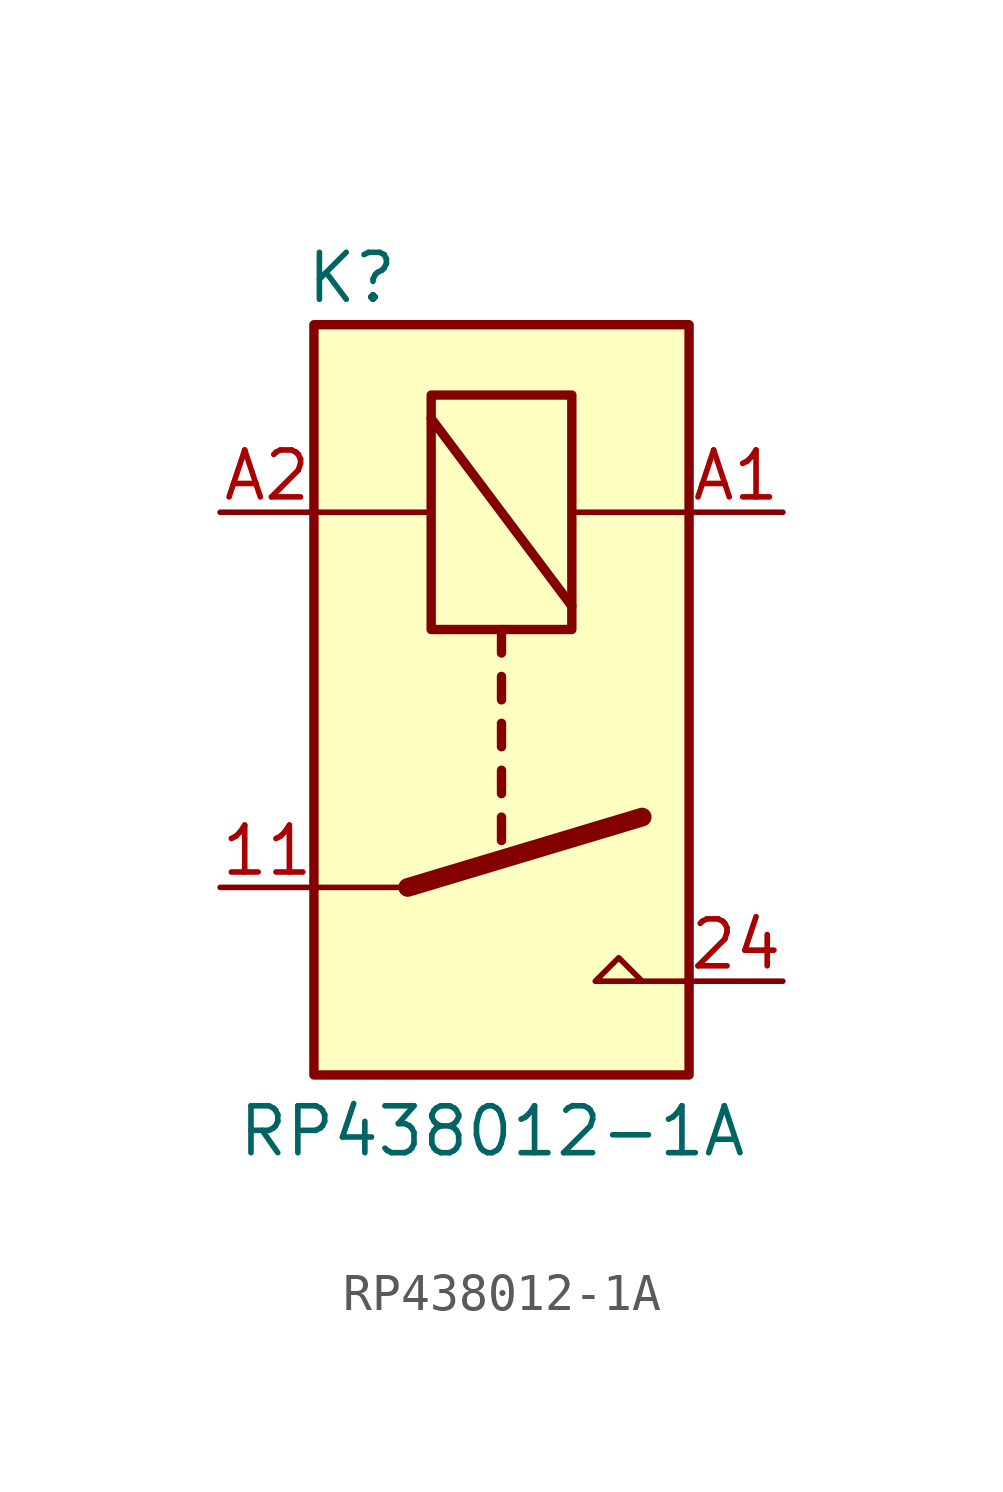
<source format=kicad_sym>
(kicad_symbol_lib
  (version 20241209)
  (generator "kicad_symbol_editor")
  (generator_version "9.0")
  (symbol "RP438012-1A"
    (property "Reference" "K"
      (at -5.334 11.43 0)
      (effects (font (size 1.27 1.27)) (justify left)))
    (property "Value" "RP438012-1A"
      (at -0.254 -11.684 0)
      (effects (font (size 1.27 1.27))))
    (symbol "RP438012-1A_0_0"
      (polyline (pts (xy 5.08 -7.62) (xy 2.54 -7.62) (xy 3.175 -6.985) (xy 3.81 -7.62)) (stroke (width 0) (type default)) (fill (type none))))
    (symbol "RP438012-1A_0_1"
      (polyline (pts (xy -5.08 5.08) (xy -1.905 5.08)) (stroke (width 0) (type default)) (fill (type none)))
      (polyline (pts (xy -2.54 -5.08) (xy -5.08 -5.08)) (stroke (width 0) (type default)) (fill (type none)))
      (polyline (pts (xy -2.54 -5.08) (xy 3.81 -3.175)) (stroke (width 0.508) (type default)) (fill (type none)))
      (polyline (pts (xy -1.905 7.62) (xy 1.905 2.54)) (stroke (width 0.254) (type default)) (fill (type none)))
      (polyline (pts (xy 0 1.905) (xy 0 1.27)) (stroke (width 0.254) (type default)) (fill (type none)))
      (polyline (pts (xy 0 0.635) (xy 0 0)) (stroke (width 0.254) (type default)) (fill (type none)))
      (polyline (pts (xy 0 -0.635) (xy 0 -1.27)) (stroke (width 0.254) (type default)) (fill (type none)))
      (polyline (pts (xy 0 -1.905) (xy 0 -2.54)) (stroke (width 0.254) (type default)) (fill (type none)))
      (polyline (pts (xy 0 -3.175) (xy 0 -3.81)) (stroke (width 0.254) (type default)) (fill (type none)))
      (rectangle (start 1.905 8.255) (end -1.905 1.905) (stroke (width 0.254) (type default)) (fill (type none)))
      (rectangle (start 5.08 10.16) (end -5.08 -10.16) (stroke (width 0.254) (type default)) (fill (type background)))
      (polyline (pts (xy 5.08 5.08) (xy 1.905 5.08)) (stroke (width 0) (type default)) (fill (type none))))
    (symbol "RP438012-1A_1_1"
      (pin passive line (at -7.62 5.08 0) (length 2.54) (name "~" (effects (font (size 1.27 1.27)))) (number "A2" (effects (font (size 1.27 1.27)))))
      (pin passive line (at -7.62 -5.08 0) (length 2.54) (name "~" (effects (font (size 1.27 1.27)))) (number "11" (effects (font (size 1.27 1.27)))))
      (pin passive line (at 7.62 5.08 180) (length 2.54) (name "~" (effects (font (size 1.27 1.27)))) (number "A1" (effects (font (size 1.27 1.27)))))
      (pin passive line (at 7.62 -7.62 180) (length 2.54) (name "~" (effects (font (size 1.27 1.27)))) (number "24" (effects (font (size 1.27 1.27))))))))
</source>
